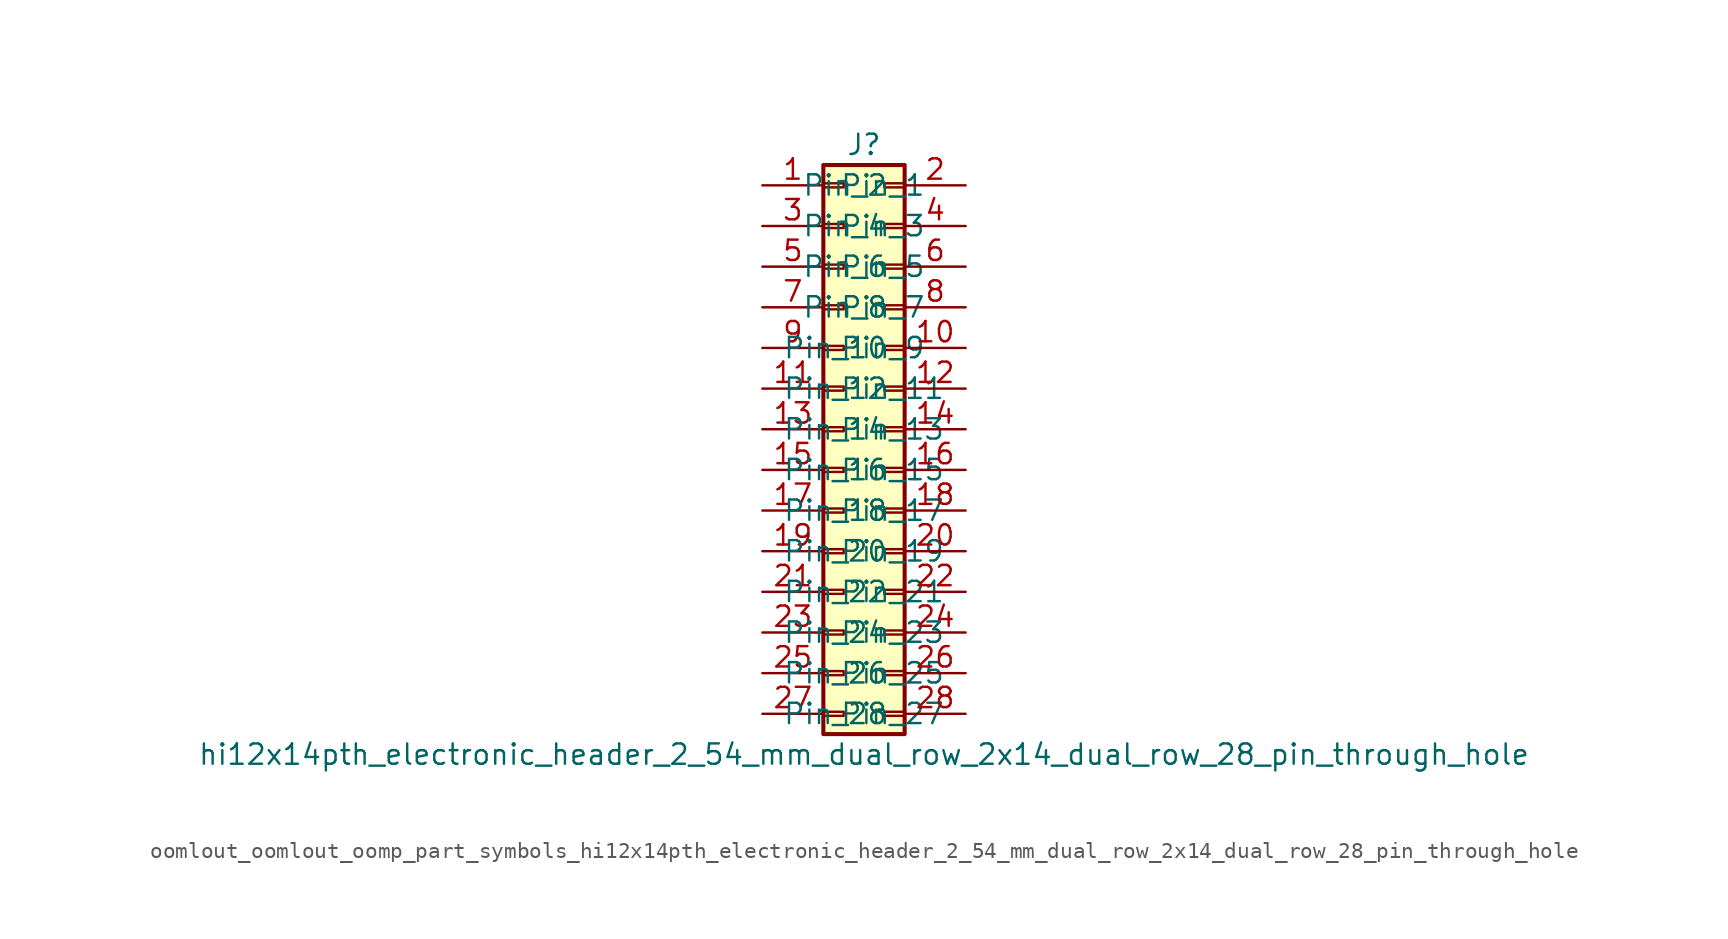
<source format=kicad_sym>
(kicad_symbol_lib
  (version 20220914)
  (generator kicad_symbol_editor)
  (symbol "oomlout_oomlout_oomp_part_symbols_hi12x14pth_electronic_header_2_54_mm_dual_row_2x14_dual_row_28_pin_through_hole"
    (pin_names
      (offset 1.016))
    (property "Reference" "J"
      (at 1.27 17.78 0)
      (effects (font (size 1.27 1.27))))
    (property "Value" "hi12x14pth_electronic_header_2_54_mm_dual_row_2x14_dual_row_28_pin_through_hole"
      (at 1.27 -20.32 0)
      (effects (font (size 1.27 1.27))))
    (symbol "oomlout_oomlout_oomp_part_symbols_hi12x14pth_electronic_header_2_54_mm_dual_row_2x14_dual_row_28_pin_through_hole_1_1"
      (rectangle (start -1.27 -17.653) (end 0 -17.907) (stroke (width 0.152) (type default)) (fill (type none)))
      (rectangle (start -1.27 -15.113) (end 0 -15.367) (stroke (width 0.152) (type default)) (fill (type none)))
      (rectangle (start -1.27 -12.573) (end 0 -12.827) (stroke (width 0.152) (type default)) (fill (type none)))
      (rectangle (start -1.27 -10.033) (end 0 -10.287) (stroke (width 0.152) (type default)) (fill (type none)))
      (rectangle (start -1.27 -7.493) (end 0 -7.747) (stroke (width 0.152) (type default)) (fill (type none)))
      (rectangle (start -1.27 -4.953) (end 0 -5.207) (stroke (width 0.152) (type default)) (fill (type none)))
      (rectangle (start -1.27 -2.413) (end 0 -2.667) (stroke (width 0.152) (type default)) (fill (type none)))
      (rectangle (start -1.27 0.127) (end 0 -0.127) (stroke (width 0.152) (type default)) (fill (type none)))
      (rectangle (start -1.27 2.667) (end 0 2.413) (stroke (width 0.152) (type default)) (fill (type none)))
      (rectangle (start -1.27 5.207) (end 0 4.953) (stroke (width 0.152) (type default)) (fill (type none)))
      (rectangle (start -1.27 7.747) (end 0 7.493) (stroke (width 0.152) (type default)) (fill (type none)))
      (rectangle (start -1.27 10.287) (end 0 10.033) (stroke (width 0.152) (type default)) (fill (type none)))
      (rectangle (start -1.27 12.827) (end 0 12.573) (stroke (width 0.152) (type default)) (fill (type none)))
      (rectangle (start -1.27 15.367) (end 0 15.113) (stroke (width 0.152) (type default)) (fill (type none)))
      (rectangle (start -1.27 16.51) (end 3.81 -19.05) (stroke (width 0.254) (type default)) (fill (type background)))
      (rectangle (start 3.81 -17.653) (end 2.54 -17.907) (stroke (width 0.152) (type default)) (fill (type none)))
      (rectangle (start 3.81 -15.113) (end 2.54 -15.367) (stroke (width 0.152) (type default)) (fill (type none)))
      (rectangle (start 3.81 -12.573) (end 2.54 -12.827) (stroke (width 0.152) (type default)) (fill (type none)))
      (rectangle (start 3.81 -10.033) (end 2.54 -10.287) (stroke (width 0.152) (type default)) (fill (type none)))
      (rectangle (start 3.81 -7.493) (end 2.54 -7.747) (stroke (width 0.152) (type default)) (fill (type none)))
      (rectangle (start 3.81 -4.953) (end 2.54 -5.207) (stroke (width 0.152) (type default)) (fill (type none)))
      (rectangle (start 3.81 -2.413) (end 2.54 -2.667) (stroke (width 0.152) (type default)) (fill (type none)))
      (rectangle (start 3.81 0.127) (end 2.54 -0.127) (stroke (width 0.152) (type default)) (fill (type none)))
      (rectangle (start 3.81 2.667) (end 2.54 2.413) (stroke (width 0.152) (type default)) (fill (type none)))
      (rectangle (start 3.81 5.207) (end 2.54 4.953) (stroke (width 0.152) (type default)) (fill (type none)))
      (rectangle (start 3.81 7.747) (end 2.54 7.493) (stroke (width 0.152) (type default)) (fill (type none)))
      (rectangle (start 3.81 10.287) (end 2.54 10.033) (stroke (width 0.152) (type default)) (fill (type none)))
      (rectangle (start 3.81 12.827) (end 2.54 12.573) (stroke (width 0.152) (type default)) (fill (type none)))
      (rectangle (start 3.81 15.367) (end 2.54 15.113) (stroke (width 0.152) (type default)) (fill (type none)))
      (pin passive line (at -5.08 15.24 0) (length 3.81) (name "Pin_1" (effects (font (size 1.27 1.27)))) (number "1" (effects (font (size 1.27 1.27)))))
      (pin passive line (at 7.62 5.08 180) (length 3.81) (name "Pin_10" (effects (font (size 1.27 1.27)))) (number "10" (effects (font (size 1.27 1.27)))))
      (pin passive line (at -5.08 2.54 0) (length 3.81) (name "Pin_11" (effects (font (size 1.27 1.27)))) (number "11" (effects (font (size 1.27 1.27)))))
      (pin passive line (at 7.62 2.54 180) (length 3.81) (name "Pin_12" (effects (font (size 1.27 1.27)))) (number "12" (effects (font (size 1.27 1.27)))))
      (pin passive line (at -5.08 0 0) (length 3.81) (name "Pin_13" (effects (font (size 1.27 1.27)))) (number "13" (effects (font (size 1.27 1.27)))))
      (pin passive line (at 7.62 0 180) (length 3.81) (name "Pin_14" (effects (font (size 1.27 1.27)))) (number "14" (effects (font (size 1.27 1.27)))))
      (pin passive line (at -5.08 -2.54 0) (length 3.81) (name "Pin_15" (effects (font (size 1.27 1.27)))) (number "15" (effects (font (size 1.27 1.27)))))
      (pin passive line (at 7.62 -2.54 180) (length 3.81) (name "Pin_16" (effects (font (size 1.27 1.27)))) (number "16" (effects (font (size 1.27 1.27)))))
      (pin passive line (at -5.08 -5.08 0) (length 3.81) (name "Pin_17" (effects (font (size 1.27 1.27)))) (number "17" (effects (font (size 1.27 1.27)))))
      (pin passive line (at 7.62 -5.08 180) (length 3.81) (name "Pin_18" (effects (font (size 1.27 1.27)))) (number "18" (effects (font (size 1.27 1.27)))))
      (pin passive line (at -5.08 -7.62 0) (length 3.81) (name "Pin_19" (effects (font (size 1.27 1.27)))) (number "19" (effects (font (size 1.27 1.27)))))
      (pin passive line (at 7.62 15.24 180) (length 3.81) (name "Pin_2" (effects (font (size 1.27 1.27)))) (number "2" (effects (font (size 1.27 1.27)))))
      (pin passive line (at 7.62 -7.62 180) (length 3.81) (name "Pin_20" (effects (font (size 1.27 1.27)))) (number "20" (effects (font (size 1.27 1.27)))))
      (pin passive line (at -5.08 -10.16 0) (length 3.81) (name "Pin_21" (effects (font (size 1.27 1.27)))) (number "21" (effects (font (size 1.27 1.27)))))
      (pin passive line (at 7.62 -10.16 180) (length 3.81) (name "Pin_22" (effects (font (size 1.27 1.27)))) (number "22" (effects (font (size 1.27 1.27)))))
      (pin passive line (at -5.08 -12.7 0) (length 3.81) (name "Pin_23" (effects (font (size 1.27 1.27)))) (number "23" (effects (font (size 1.27 1.27)))))
      (pin passive line (at 7.62 -12.7 180) (length 3.81) (name "Pin_24" (effects (font (size 1.27 1.27)))) (number "24" (effects (font (size 1.27 1.27)))))
      (pin passive line (at -5.08 -15.24 0) (length 3.81) (name "Pin_25" (effects (font (size 1.27 1.27)))) (number "25" (effects (font (size 1.27 1.27)))))
      (pin passive line (at 7.62 -15.24 180) (length 3.81) (name "Pin_26" (effects (font (size 1.27 1.27)))) (number "26" (effects (font (size 1.27 1.27)))))
      (pin passive line (at -5.08 -17.78 0) (length 3.81) (name "Pin_27" (effects (font (size 1.27 1.27)))) (number "27" (effects (font (size 1.27 1.27)))))
      (pin passive line (at 7.62 -17.78 180) (length 3.81) (name "Pin_28" (effects (font (size 1.27 1.27)))) (number "28" (effects (font (size 1.27 1.27)))))
      (pin passive line (at -5.08 12.7 0) (length 3.81) (name "Pin_3" (effects (font (size 1.27 1.27)))) (number "3" (effects (font (size 1.27 1.27)))))
      (pin passive line (at 7.62 12.7 180) (length 3.81) (name "Pin_4" (effects (font (size 1.27 1.27)))) (number "4" (effects (font (size 1.27 1.27)))))
      (pin passive line (at -5.08 10.16 0) (length 3.81) (name "Pin_5" (effects (font (size 1.27 1.27)))) (number "5" (effects (font (size 1.27 1.27)))))
      (pin passive line (at 7.62 10.16 180) (length 3.81) (name "Pin_6" (effects (font (size 1.27 1.27)))) (number "6" (effects (font (size 1.27 1.27)))))
      (pin passive line (at -5.08 7.62 0) (length 3.81) (name "Pin_7" (effects (font (size 1.27 1.27)))) (number "7" (effects (font (size 1.27 1.27)))))
      (pin passive line (at 7.62 7.62 180) (length 3.81) (name "Pin_8" (effects (font (size 1.27 1.27)))) (number "8" (effects (font (size 1.27 1.27)))))
      (pin passive line (at -5.08 5.08 0) (length 3.81) (name "Pin_9" (effects (font (size 1.27 1.27)))) (number "9" (effects (font (size 1.27 1.27))))))))
</source>
